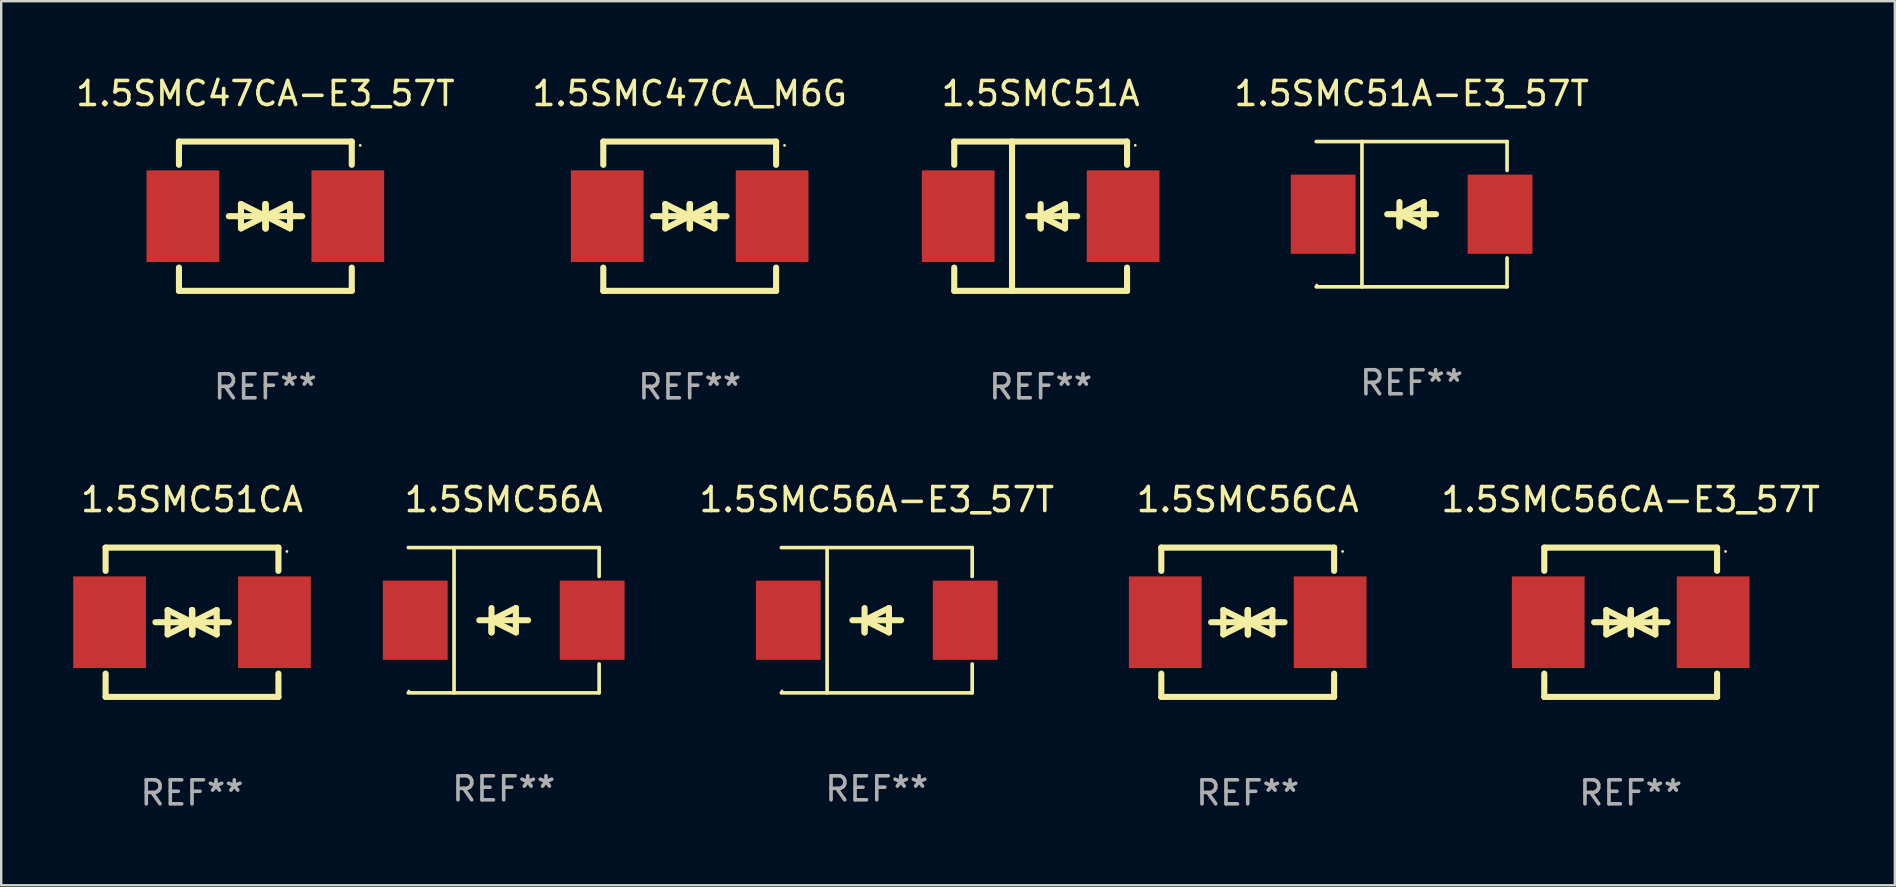
<source format=kicad_pcb>
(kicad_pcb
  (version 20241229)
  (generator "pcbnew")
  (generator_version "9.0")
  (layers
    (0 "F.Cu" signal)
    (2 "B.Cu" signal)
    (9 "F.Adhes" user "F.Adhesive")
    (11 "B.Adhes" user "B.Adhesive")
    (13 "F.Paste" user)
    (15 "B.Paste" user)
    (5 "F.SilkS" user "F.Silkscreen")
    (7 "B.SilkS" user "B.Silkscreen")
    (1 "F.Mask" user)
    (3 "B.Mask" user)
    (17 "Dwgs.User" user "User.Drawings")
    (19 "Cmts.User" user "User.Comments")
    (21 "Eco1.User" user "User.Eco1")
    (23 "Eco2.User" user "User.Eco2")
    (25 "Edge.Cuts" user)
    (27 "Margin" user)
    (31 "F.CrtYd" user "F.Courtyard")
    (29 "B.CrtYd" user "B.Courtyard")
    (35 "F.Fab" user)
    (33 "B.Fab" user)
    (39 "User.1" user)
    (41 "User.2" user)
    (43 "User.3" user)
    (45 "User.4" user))
  (footprint "1.5SMC56A-E3_57T"
    (layer "F.Cu")
    (at 33.479 22.791)
    (property "Reference" "1.5SMC56A-E3_57T" (at 0 -5.026 0) (layer "F.SilkS") (effects (font (size 1 1) (thickness 0.15))))
    (attr through_hole)
    (fp_line (start -3.976 -3.026) (end 3.976 -3.026) (stroke (width 0.152) (type solid)) (layer "F.SilkS"))
    (fp_line (start -3.976 3.026) (end 3.976 3.026) (stroke (width 0.152) (type solid)) (layer "F.SilkS"))
    (fp_line (start -2.069 -3.026) (end -2.069 3.026) (stroke (width 0.152) (type solid)) (layer "F.SilkS"))
    (fp_line (start -0.508 0) (end -0.508 0.508) (stroke (width 0.254) (type solid)) (layer "F.SilkS"))
    (fp_line (start -0.508 0) (end 0.508 0.508) (stroke (width 0.254) (type solid)) (layer "F.SilkS"))
    (fp_line (start -0.508 0.508) (end -0.508 -0.508) (stroke (width 0.254) (type solid)) (layer "F.SilkS"))
    (fp_line (start 0.508 -0.508) (end -0.508 0) (stroke (width 0.254) (type solid)) (layer "F.SilkS"))
    (fp_line (start 0.508 0.508) (end 0.508 -0.508) (stroke (width 0.254) (type solid)) (layer "F.SilkS"))
    (fp_line (start 1.016 0) (end -1.016 0) (stroke (width 0.254) (type solid)) (layer "F.SilkS"))
    (fp_line (start 3.976 -3.026) (end 3.976 -1.823) (stroke (width 0.152) (type solid)) (layer "F.SilkS"))
    (fp_line (start 3.976 3.026) (end 3.976 1.823) (stroke (width 0.152) (type solid)) (layer "F.SilkS"))
    (fp_circle (center -3.95 2.95) (end -3.92 2.95) (stroke (width 0.06) (type solid)) (fill no) (layer "F.SilkS"))
    (fp_text user "REF**" (at 0 7.026 0) (layer "F.Fab") (effects (font (size 1 1) (thickness 0.15))))
    (pad "1" smd rect (at -3.686 0) (size 2.7 3.3) (layers "F.Cu" "F.Mask" "F.Paste"))
    (pad "2" smd rect (at 3.686 0) (size 2.7 3.3) (layers "F.Cu" "F.Mask" "F.Paste")))
  (footprint "1.5SMC56CA"
    (layer "F.Cu")
    (at 48.934 22.875)
    (property "Reference" "1.5SMC56CA" (at 0 -5.11 0) (layer "F.SilkS") (effects (font (size 1 1) (thickness 0.15))))
    (attr through_hole)
    (fp_line (start -3.6 -2.141) (end -3.6 -3.11) (stroke (width 0.254) (type solid)) (layer "F.SilkS"))
    (fp_line (start -3.6 3.11) (end -3.6 2.141) (stroke (width 0.254) (type solid)) (layer "F.SilkS"))
    (fp_line (start -1.524 0) (end 0.508 0) (stroke (width 0.254) (type solid)) (layer "F.SilkS"))
    (fp_line (start -1.016 -0.508) (end -1.016 0.508) (stroke (width 0.254) (type solid)) (layer "F.SilkS"))
    (fp_line (start -1.016 0.508) (end 0 0) (stroke (width 0.254) (type solid)) (layer "F.SilkS"))
    (fp_line (start 0 -0.508) (end 0 0.508) (stroke (width 0.254) (type solid)) (layer "F.SilkS"))
    (fp_line (start 0 0) (end -1.016 -0.508) (stroke (width 0.254) (type solid)) (layer "F.SilkS"))
    (fp_line (start 0 0) (end 0 -0.508) (stroke (width 0.254) (type solid)) (layer "F.SilkS"))
    (fp_line (start 0.012 0) (end 0.012 0.508) (stroke (width 0.254) (type solid)) (layer "F.SilkS"))
    (fp_line (start 0.012 0) (end 1.028 0.508) (stroke (width 0.254) (type solid)) (layer "F.SilkS"))
    (fp_line (start 0.012 0.508) (end 0.012 -0.508) (stroke (width 0.254) (type solid)) (layer "F.SilkS"))
    (fp_line (start 1.028 -0.508) (end 0.012 0) (stroke (width 0.254) (type solid)) (layer "F.SilkS"))
    (fp_line (start 1.028 0.508) (end 1.028 -0.508) (stroke (width 0.254) (type solid)) (layer "F.SilkS"))
    (fp_line (start 1.536 0) (end -0.496 0) (stroke (width 0.254) (type solid)) (layer "F.SilkS"))
    (fp_line (start 3.6 -3.11) (end -3.6 -3.11) (stroke (width 0.254) (type solid)) (layer "F.SilkS"))
    (fp_line (start 3.6 -2.141) (end 3.6 -3.11) (stroke (width 0.254) (type solid)) (layer "F.SilkS"))
    (fp_line (start 3.6 3.11) (end -3.6 3.11) (stroke (width 0.254) (type solid)) (layer "F.SilkS"))
    (fp_line (start 3.6 3.11) (end 3.6 2.141) (stroke (width 0.254) (type solid)) (layer "F.SilkS"))
    (fp_circle (center 3.952 -2.95) (end 3.982 -2.95) (stroke (width 0.06) (type solid)) (fill no) (layer "F.SilkS"))
    (fp_text user "REF**" (at 0 7.11 0) (layer "F.Fab") (effects (font (size 1 1) (thickness 0.15))))
    (pad "1" smd rect (at 3.435 0) (size 3.03 3.82) (layers "F.Cu" "F.Mask" "F.Paste"))
    (pad "2" smd rect (at -3.435 0) (size 3.03 3.82) (layers "F.Cu" "F.Mask" "F.Paste")))
  (footprint "1.5SMC51CA"
    (layer "F.Cu")
    (at 4.95 22.875)
    (property "Reference" "1.5SMC51CA" (at 0 -5.11 0) (layer "F.SilkS") (effects (font (size 1 1) (thickness 0.15))))
    (attr through_hole)
    (fp_line (start -3.6 -2.141) (end -3.6 -3.11) (stroke (width 0.254) (type solid)) (layer "F.SilkS"))
    (fp_line (start -3.6 3.11) (end -3.6 2.141) (stroke (width 0.254) (type solid)) (layer "F.SilkS"))
    (fp_line (start -1.524 0) (end 0.508 0) (stroke (width 0.254) (type solid)) (layer "F.SilkS"))
    (fp_line (start -1.016 -0.508) (end -1.016 0.508) (stroke (width 0.254) (type solid)) (layer "F.SilkS"))
    (fp_line (start -1.016 0.508) (end 0 0) (stroke (width 0.254) (type solid)) (layer "F.SilkS"))
    (fp_line (start 0 -0.508) (end 0 0.508) (stroke (width 0.254) (type solid)) (layer "F.SilkS"))
    (fp_line (start 0 0) (end -1.016 -0.508) (stroke (width 0.254) (type solid)) (layer "F.SilkS"))
    (fp_line (start 0 0) (end 0 -0.508) (stroke (width 0.254) (type solid)) (layer "F.SilkS"))
    (fp_line (start 0.012 0) (end 0.012 0.508) (stroke (width 0.254) (type solid)) (layer "F.SilkS"))
    (fp_line (start 0.012 0) (end 1.028 0.508) (stroke (width 0.254) (type solid)) (layer "F.SilkS"))
    (fp_line (start 0.012 0.508) (end 0.012 -0.508) (stroke (width 0.254) (type solid)) (layer "F.SilkS"))
    (fp_line (start 1.028 -0.508) (end 0.012 0) (stroke (width 0.254) (type solid)) (layer "F.SilkS"))
    (fp_line (start 1.028 0.508) (end 1.028 -0.508) (stroke (width 0.254) (type solid)) (layer "F.SilkS"))
    (fp_line (start 1.536 0) (end -0.496 0) (stroke (width 0.254) (type solid)) (layer "F.SilkS"))
    (fp_line (start 3.6 -3.11) (end -3.6 -3.11) (stroke (width 0.254) (type solid)) (layer "F.SilkS"))
    (fp_line (start 3.6 -2.141) (end 3.6 -3.11) (stroke (width 0.254) (type solid)) (layer "F.SilkS"))
    (fp_line (start 3.6 3.11) (end -3.6 3.11) (stroke (width 0.254) (type solid)) (layer "F.SilkS"))
    (fp_line (start 3.6 3.11) (end 3.6 2.141) (stroke (width 0.254) (type solid)) (layer "F.SilkS"))
    (fp_circle (center 3.952 -2.95) (end 3.982 -2.95) (stroke (width 0.06) (type solid)) (fill no) (layer "F.SilkS"))
    (fp_text user "REF**" (at 0 7.11 0) (layer "F.Fab") (effects (font (size 1 1) (thickness 0.15))))
    (pad "1" smd rect (at 3.435 0) (size 3.03 3.82) (layers "F.Cu" "F.Mask" "F.Paste"))
    (pad "2" smd rect (at -3.435 0) (size 3.03 3.82) (layers "F.Cu" "F.Mask" "F.Paste")))
  (footprint "1.5SMC56A"
    (layer "F.Cu")
    (at 17.936 22.791)
    (property "Reference" "1.5SMC56A" (at 0 -5.026 0) (layer "F.SilkS") (effects (font (size 1 1) (thickness 0.15))))
    (attr through_hole)
    (fp_line (start -3.976 -3.026) (end 3.976 -3.026) (stroke (width 0.152) (type solid)) (layer "F.SilkS"))
    (fp_line (start -3.976 3.026) (end 3.976 3.026) (stroke (width 0.152) (type solid)) (layer "F.SilkS"))
    (fp_line (start -2.069 -3.026) (end -2.069 3.026) (stroke (width 0.152) (type solid)) (layer "F.SilkS"))
    (fp_line (start -0.508 0) (end -0.508 0.508) (stroke (width 0.254) (type solid)) (layer "F.SilkS"))
    (fp_line (start -0.508 0) (end 0.508 0.508) (stroke (width 0.254) (type solid)) (layer "F.SilkS"))
    (fp_line (start -0.508 0.508) (end -0.508 -0.508) (stroke (width 0.254) (type solid)) (layer "F.SilkS"))
    (fp_line (start 0.508 -0.508) (end -0.508 0) (stroke (width 0.254) (type solid)) (layer "F.SilkS"))
    (fp_line (start 0.508 0.508) (end 0.508 -0.508) (stroke (width 0.254) (type solid)) (layer "F.SilkS"))
    (fp_line (start 1.016 0) (end -1.016 0) (stroke (width 0.254) (type solid)) (layer "F.SilkS"))
    (fp_line (start 3.976 -3.026) (end 3.976 -1.823) (stroke (width 0.152) (type solid)) (layer "F.SilkS"))
    (fp_line (start 3.976 3.026) (end 3.976 1.823) (stroke (width 0.152) (type solid)) (layer "F.SilkS"))
    (fp_circle (center -3.95 2.95) (end -3.92 2.95) (stroke (width 0.06) (type solid)) (fill no) (layer "F.SilkS"))
    (fp_text user "REF**" (at 0 7.026 0) (layer "F.Fab") (effects (font (size 1 1) (thickness 0.15))))
    (pad "1" smd rect (at -3.686 0) (size 2.7 3.3) (layers "F.Cu" "F.Mask" "F.Paste"))
    (pad "2" smd rect (at 3.686 0) (size 2.7 3.3) (layers "F.Cu" "F.Mask" "F.Paste")))
  (footprint "1.5SMC51A-E3_57T"
    (layer "F.Cu")
    (at 55.763 5.874)
    (property "Reference" "1.5SMC51A-E3_57T" (at 0 -5.026 0) (layer "F.SilkS") (effects (font (size 1 1) (thickness 0.15))))
    (attr through_hole)
    (fp_line (start -3.976 -3.026) (end 3.976 -3.026) (stroke (width 0.152) (type solid)) (layer "F.SilkS"))
    (fp_line (start -3.976 3.026) (end 3.976 3.026) (stroke (width 0.152) (type solid)) (layer "F.SilkS"))
    (fp_line (start -2.069 -3.026) (end -2.069 3.026) (stroke (width 0.152) (type solid)) (layer "F.SilkS"))
    (fp_line (start -0.508 0) (end -0.508 0.508) (stroke (width 0.254) (type solid)) (layer "F.SilkS"))
    (fp_line (start -0.508 0) (end 0.508 0.508) (stroke (width 0.254) (type solid)) (layer "F.SilkS"))
    (fp_line (start -0.508 0.508) (end -0.508 -0.508) (stroke (width 0.254) (type solid)) (layer "F.SilkS"))
    (fp_line (start 0.508 -0.508) (end -0.508 0) (stroke (width 0.254) (type solid)) (layer "F.SilkS"))
    (fp_line (start 0.508 0.508) (end 0.508 -0.508) (stroke (width 0.254) (type solid)) (layer "F.SilkS"))
    (fp_line (start 1.016 0) (end -1.016 0) (stroke (width 0.254) (type solid)) (layer "F.SilkS"))
    (fp_line (start 3.976 -3.026) (end 3.976 -1.823) (stroke (width 0.152) (type solid)) (layer "F.SilkS"))
    (fp_line (start 3.976 3.026) (end 3.976 1.823) (stroke (width 0.152) (type solid)) (layer "F.SilkS"))
    (fp_circle (center -3.95 2.95) (end -3.92 2.95) (stroke (width 0.06) (type solid)) (fill no) (layer "F.SilkS"))
    (fp_text user "REF**" (at 0 7.026 0) (layer "F.Fab") (effects (font (size 1 1) (thickness 0.15))))
    (pad "1" smd rect (at -3.686 0) (size 2.7 3.3) (layers "F.Cu" "F.Mask" "F.Paste"))
    (pad "2" smd rect (at 3.686 0) (size 2.7 3.3) (layers "F.Cu" "F.Mask" "F.Paste")))
  (footprint "1.5SMC47CA_M6G"
    (layer "F.Cu")
    (at 25.685 5.958)
    (property "Reference" "1.5SMC47CA_M6G" (at 0 -5.11 0) (layer "F.SilkS") (effects (font (size 1 1) (thickness 0.15))))
    (attr through_hole)
    (fp_line (start -3.6 -2.141) (end -3.6 -3.11) (stroke (width 0.254) (type solid)) (layer "F.SilkS"))
    (fp_line (start -3.6 3.11) (end -3.6 2.141) (stroke (width 0.254) (type solid)) (layer "F.SilkS"))
    (fp_line (start -1.524 0) (end 0.508 0) (stroke (width 0.254) (type solid)) (layer "F.SilkS"))
    (fp_line (start -1.016 -0.508) (end -1.016 0.508) (stroke (width 0.254) (type solid)) (layer "F.SilkS"))
    (fp_line (start -1.016 0.508) (end 0 0) (stroke (width 0.254) (type solid)) (layer "F.SilkS"))
    (fp_line (start 0 -0.508) (end 0 0.508) (stroke (width 0.254) (type solid)) (layer "F.SilkS"))
    (fp_line (start 0 0) (end -1.016 -0.508) (stroke (width 0.254) (type solid)) (layer "F.SilkS"))
    (fp_line (start 0 0) (end 0 -0.508) (stroke (width 0.254) (type solid)) (layer "F.SilkS"))
    (fp_line (start 0.012 0) (end 0.012 0.508) (stroke (width 0.254) (type solid)) (layer "F.SilkS"))
    (fp_line (start 0.012 0) (end 1.028 0.508) (stroke (width 0.254) (type solid)) (layer "F.SilkS"))
    (fp_line (start 0.012 0.508) (end 0.012 -0.508) (stroke (width 0.254) (type solid)) (layer "F.SilkS"))
    (fp_line (start 1.028 -0.508) (end 0.012 0) (stroke (width 0.254) (type solid)) (layer "F.SilkS"))
    (fp_line (start 1.028 0.508) (end 1.028 -0.508) (stroke (width 0.254) (type solid)) (layer "F.SilkS"))
    (fp_line (start 1.536 0) (end -0.496 0) (stroke (width 0.254) (type solid)) (layer "F.SilkS"))
    (fp_line (start 3.6 -3.11) (end -3.6 -3.11) (stroke (width 0.254) (type solid)) (layer "F.SilkS"))
    (fp_line (start 3.6 -2.141) (end 3.6 -3.11) (stroke (width 0.254) (type solid)) (layer "F.SilkS"))
    (fp_line (start 3.6 3.11) (end -3.6 3.11) (stroke (width 0.254) (type solid)) (layer "F.SilkS"))
    (fp_line (start 3.6 3.11) (end 3.6 2.141) (stroke (width 0.254) (type solid)) (layer "F.SilkS"))
    (fp_circle (center 3.952 -2.95) (end 3.982 -2.95) (stroke (width 0.06) (type solid)) (fill no) (layer "F.SilkS"))
    (fp_text user "REF**" (at 0 7.11 0) (layer "F.Fab") (effects (font (size 1 1) (thickness 0.15))))
    (pad "1" smd rect (at 3.435 0) (size 3.03 3.82) (layers "F.Cu" "F.Mask" "F.Paste"))
    (pad "2" smd rect (at -3.435 0) (size 3.03 3.82) (layers "F.Cu" "F.Mask" "F.Paste")))
  (footprint "1.5SMC51A"
    (layer "F.Cu")
    (at 40.307 5.958)
    (property "Reference" "1.5SMC51A" (at 0 -5.11 0) (layer "F.SilkS") (effects (font (size 1 1) (thickness 0.15))))
    (attr through_hole)
    (fp_line (start -3.6 -3.11) (end -3.6 -2.141) (stroke (width 0.254) (type solid)) (layer "F.SilkS"))
    (fp_line (start -3.6 -3.11) (end 3.6 -3.11) (stroke (width 0.254) (type solid)) (layer "F.SilkS"))
    (fp_line (start -3.6 2.141) (end -3.6 3.11) (stroke (width 0.254) (type solid)) (layer "F.SilkS"))
    (fp_line (start -3.6 3.11) (end 3.6 3.11) (stroke (width 0.254) (type solid)) (layer "F.SilkS"))
    (fp_line (start -1.192 -3.11) (end -1.192 3.11) (stroke (width 0.254) (type solid)) (layer "F.SilkS"))
    (fp_line (start 0 0) (end 0 0.508) (stroke (width 0.254) (type solid)) (layer "F.SilkS"))
    (fp_line (start 0 0) (end 1.016 0.508) (stroke (width 0.254) (type solid)) (layer "F.SilkS"))
    (fp_line (start 0 0.508) (end 0 -0.508) (stroke (width 0.254) (type solid)) (layer "F.SilkS"))
    (fp_line (start 1.016 -0.508) (end 0 0) (stroke (width 0.254) (type solid)) (layer "F.SilkS"))
    (fp_line (start 1.016 0.508) (end 1.016 -0.508) (stroke (width 0.254) (type solid)) (layer "F.SilkS"))
    (fp_line (start 1.524 0) (end -0.508 0) (stroke (width 0.254) (type solid)) (layer "F.SilkS"))
    (fp_line (start 3.6 -3.11) (end 3.6 -2.141) (stroke (width 0.254) (type solid)) (layer "F.SilkS"))
    (fp_line (start 3.6 2.141) (end 3.6 3.11) (stroke (width 0.254) (type solid)) (layer "F.SilkS"))
    (fp_circle (center 3.943 -2.952) (end 3.973 -2.952) (stroke (width 0.06) (type solid)) (fill no) (layer "F.SilkS"))
    (fp_text user "REF**" (at 0 7.11 0) (layer "F.Fab") (effects (font (size 1 1) (thickness 0.15))))
    (pad "1" smd rect (at 3.435 0 180) (size 3.03 3.82) (layers "F.Cu" "F.Mask" "F.Paste"))
    (pad "2" smd rect (at -3.435 0 180) (size 3.03 3.82) (layers "F.Cu" "F.Mask" "F.Paste")))
  (footprint "1.5SMC47CA-E3_57T"
    (layer "F.Cu")
    (at 8.006 5.958)
    (property "Reference" "1.5SMC47CA-E3_57T" (at 0 -5.11 0) (layer "F.SilkS") (effects (font (size 1 1) (thickness 0.15))))
    (attr through_hole)
    (fp_line (start -3.6 -2.141) (end -3.6 -3.11) (stroke (width 0.254) (type solid)) (layer "F.SilkS"))
    (fp_line (start -3.6 3.11) (end -3.6 2.141) (stroke (width 0.254) (type solid)) (layer "F.SilkS"))
    (fp_line (start -1.524 0) (end 0.508 0) (stroke (width 0.254) (type solid)) (layer "F.SilkS"))
    (fp_line (start -1.016 -0.508) (end -1.016 0.508) (stroke (width 0.254) (type solid)) (layer "F.SilkS"))
    (fp_line (start -1.016 0.508) (end 0 0) (stroke (width 0.254) (type solid)) (layer "F.SilkS"))
    (fp_line (start 0 -0.508) (end 0 0.508) (stroke (width 0.254) (type solid)) (layer "F.SilkS"))
    (fp_line (start 0 0) (end -1.016 -0.508) (stroke (width 0.254) (type solid)) (layer "F.SilkS"))
    (fp_line (start 0 0) (end 0 -0.508) (stroke (width 0.254) (type solid)) (layer "F.SilkS"))
    (fp_line (start 0.012 0) (end 0.012 0.508) (stroke (width 0.254) (type solid)) (layer "F.SilkS"))
    (fp_line (start 0.012 0) (end 1.028 0.508) (stroke (width 0.254) (type solid)) (layer "F.SilkS"))
    (fp_line (start 0.012 0.508) (end 0.012 -0.508) (stroke (width 0.254) (type solid)) (layer "F.SilkS"))
    (fp_line (start 1.028 -0.508) (end 0.012 0) (stroke (width 0.254) (type solid)) (layer "F.SilkS"))
    (fp_line (start 1.028 0.508) (end 1.028 -0.508) (stroke (width 0.254) (type solid)) (layer "F.SilkS"))
    (fp_line (start 1.536 0) (end -0.496 0) (stroke (width 0.254) (type solid)) (layer "F.SilkS"))
    (fp_line (start 3.6 -3.11) (end -3.6 -3.11) (stroke (width 0.254) (type solid)) (layer "F.SilkS"))
    (fp_line (start 3.6 -2.141) (end 3.6 -3.11) (stroke (width 0.254) (type solid)) (layer "F.SilkS"))
    (fp_line (start 3.6 3.11) (end -3.6 3.11) (stroke (width 0.254) (type solid)) (layer "F.SilkS"))
    (fp_line (start 3.6 3.11) (end 3.6 2.141) (stroke (width 0.254) (type solid)) (layer "F.SilkS"))
    (fp_circle (center 3.952 -2.95) (end 3.982 -2.95) (stroke (width 0.06) (type solid)) (fill no) (layer "F.SilkS"))
    (fp_text user "REF**" (at 0 7.11 0) (layer "F.Fab") (effects (font (size 1 1) (thickness 0.15))))
    (pad "1" smd rect (at 3.435 0) (size 3.03 3.82) (layers "F.Cu" "F.Mask" "F.Paste"))
    (pad "2" smd rect (at -3.435 0) (size 3.03 3.82) (layers "F.Cu" "F.Mask" "F.Paste")))
  (footprint "1.5SMC56CA-E3_57T"
    (layer "F.Cu")
    (at 64.89 22.875)
    (property "Reference" "1.5SMC56CA-E3_57T" (at 0 -5.11 0) (layer "F.SilkS") (effects (font (size 1 1) (thickness 0.15))))
    (attr through_hole)
    (fp_line (start -3.6 -2.141) (end -3.6 -3.11) (stroke (width 0.254) (type solid)) (layer "F.SilkS"))
    (fp_line (start -3.6 3.11) (end -3.6 2.141) (stroke (width 0.254) (type solid)) (layer "F.SilkS"))
    (fp_line (start -1.524 0) (end 0.508 0) (stroke (width 0.254) (type solid)) (layer "F.SilkS"))
    (fp_line (start -1.016 -0.508) (end -1.016 0.508) (stroke (width 0.254) (type solid)) (layer "F.SilkS"))
    (fp_line (start -1.016 0.508) (end 0 0) (stroke (width 0.254) (type solid)) (layer "F.SilkS"))
    (fp_line (start 0 -0.508) (end 0 0.508) (stroke (width 0.254) (type solid)) (layer "F.SilkS"))
    (fp_line (start 0 0) (end -1.016 -0.508) (stroke (width 0.254) (type solid)) (layer "F.SilkS"))
    (fp_line (start 0 0) (end 0 -0.508) (stroke (width 0.254) (type solid)) (layer "F.SilkS"))
    (fp_line (start 0.012 0) (end 0.012 0.508) (stroke (width 0.254) (type solid)) (layer "F.SilkS"))
    (fp_line (start 0.012 0) (end 1.028 0.508) (stroke (width 0.254) (type solid)) (layer "F.SilkS"))
    (fp_line (start 0.012 0.508) (end 0.012 -0.508) (stroke (width 0.254) (type solid)) (layer "F.SilkS"))
    (fp_line (start 1.028 -0.508) (end 0.012 0) (stroke (width 0.254) (type solid)) (layer "F.SilkS"))
    (fp_line (start 1.028 0.508) (end 1.028 -0.508) (stroke (width 0.254) (type solid)) (layer "F.SilkS"))
    (fp_line (start 1.536 0) (end -0.496 0) (stroke (width 0.254) (type solid)) (layer "F.SilkS"))
    (fp_line (start 3.6 -3.11) (end -3.6 -3.11) (stroke (width 0.254) (type solid)) (layer "F.SilkS"))
    (fp_line (start 3.6 -2.141) (end 3.6 -3.11) (stroke (width 0.254) (type solid)) (layer "F.SilkS"))
    (fp_line (start 3.6 3.11) (end -3.6 3.11) (stroke (width 0.254) (type solid)) (layer "F.SilkS"))
    (fp_line (start 3.6 3.11) (end 3.6 2.141) (stroke (width 0.254) (type solid)) (layer "F.SilkS"))
    (fp_circle (center 3.952 -2.95) (end 3.982 -2.95) (stroke (width 0.06) (type solid)) (fill no) (layer "F.SilkS"))
    (fp_text user "REF**" (at 0 7.11 0) (layer "F.Fab") (effects (font (size 1 1) (thickness 0.15))))
    (pad "1" smd rect (at 3.435 0) (size 3.03 3.82) (layers "F.Cu" "F.Mask" "F.Paste"))
    (pad "2" smd rect (at -3.435 0) (size 3.03 3.82) (layers "F.Cu" "F.Mask" "F.Paste")))
  (gr_rect
    (start -3 -3)
    (end 75.896 33.833)
    (stroke (width 0.1) (type default))
    (fill no)
    (layer "Edge.Cuts")))
</source>
